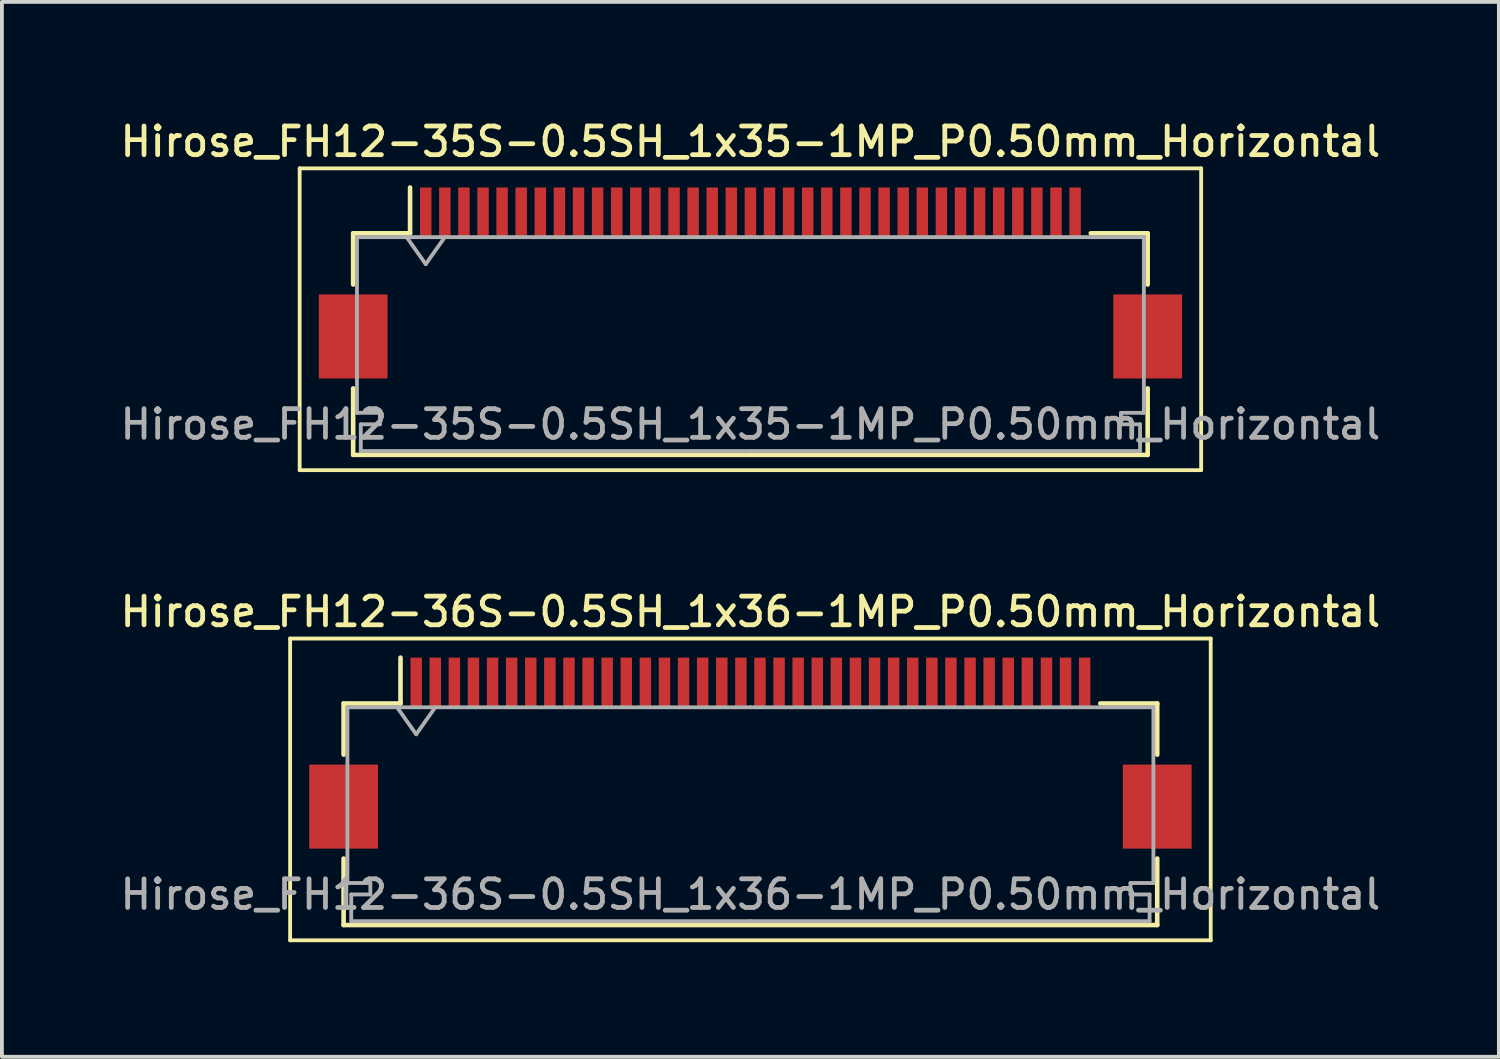
<source format=kicad_pcb>
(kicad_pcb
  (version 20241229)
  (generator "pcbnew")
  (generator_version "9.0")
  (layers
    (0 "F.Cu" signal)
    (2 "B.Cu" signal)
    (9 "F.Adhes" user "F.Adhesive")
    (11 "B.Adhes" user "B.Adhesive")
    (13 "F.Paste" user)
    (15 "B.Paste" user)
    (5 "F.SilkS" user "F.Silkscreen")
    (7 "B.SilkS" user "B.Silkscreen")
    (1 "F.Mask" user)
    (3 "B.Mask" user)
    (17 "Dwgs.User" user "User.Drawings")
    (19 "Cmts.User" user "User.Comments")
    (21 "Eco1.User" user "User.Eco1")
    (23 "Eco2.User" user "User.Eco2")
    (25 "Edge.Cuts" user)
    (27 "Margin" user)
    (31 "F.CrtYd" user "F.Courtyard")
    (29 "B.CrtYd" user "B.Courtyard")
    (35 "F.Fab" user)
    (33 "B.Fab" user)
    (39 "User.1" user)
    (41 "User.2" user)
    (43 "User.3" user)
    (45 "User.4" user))
  (footprint "Hirose_FH12-36S-0.5SH_1x36-1MP_P0.50mm_Horizontal"
    (layer "F.Cu")
    (at 16.595 16.666)
    (property "Reference" "Hirose_FH12-36S-0.5SH_1x36-1MP_P0.50mm_Horizontal" (at 0 -3.7 0) (layer "F.SilkS") (effects (font (size 0.75 0.75) (thickness 0.125))))
    (attr smd)
    (fp_line (start -12.05 -3) (end -12.05 4.9) (stroke (width 0.1) (type solid)) (layer "F.SilkS"))
    (fp_line (start -12.05 4.9) (end 12.05 4.9) (stroke (width 0.1) (type solid)) (layer "F.SilkS"))
    (fp_line (start -10.65 -1.3) (end -10.65 0.04) (stroke (width 0.12) (type solid)) (layer "F.SilkS"))
    (fp_line (start -10.65 2.76) (end -10.65 4.5) (stroke (width 0.12) (type solid)) (layer "F.SilkS"))
    (fp_line (start -10.65 4.5) (end 10.65 4.5) (stroke (width 0.12) (type solid)) (layer "F.SilkS"))
    (fp_line (start -9.16 -1.3) (end -10.65 -1.3) (stroke (width 0.12) (type solid)) (layer "F.SilkS"))
    (fp_line (start -9.16 -1.3) (end -9.16 -2.5) (stroke (width 0.12) (type solid)) (layer "F.SilkS"))
    (fp_line (start 9.16 -1.3) (end 10.65 -1.3) (stroke (width 0.12) (type solid)) (layer "F.SilkS"))
    (fp_line (start 10.65 -1.3) (end 10.65 0.04) (stroke (width 0.12) (type solid)) (layer "F.SilkS"))
    (fp_line (start 10.65 4.5) (end 10.65 2.76) (stroke (width 0.12) (type solid)) (layer "F.SilkS"))
    (fp_line (start 12.05 -3) (end -12.05 -3) (stroke (width 0.1) (type solid)) (layer "F.SilkS"))
    (fp_line (start 12.05 4.9) (end 12.05 -3) (stroke (width 0.1) (type solid)) (layer "F.SilkS"))
    (fp_line (start -10.55 -1.2) (end -10.55 3.4) (stroke (width 0.1) (type solid)) (layer "F.Fab"))
    (fp_line (start -10.55 3.4) (end -9.95 3.4) (stroke (width 0.1) (type solid)) (layer "F.Fab"))
    (fp_line (start -10.45 3.7) (end -10.45 4.4) (stroke (width 0.1) (type solid)) (layer "F.Fab"))
    (fp_line (start -10.45 4.4) (end 0 4.4) (stroke (width 0.1) (type solid)) (layer "F.Fab"))
    (fp_line (start -9.95 3.4) (end -9.95 3.7) (stroke (width 0.1) (type solid)) (layer "F.Fab"))
    (fp_line (start -9.95 3.7) (end -10.45 3.7) (stroke (width 0.1) (type solid)) (layer "F.Fab"))
    (fp_line (start -9.25 -1.2) (end -8.75 -0.493) (stroke (width 0.1) (type solid)) (layer "F.Fab"))
    (fp_line (start -8.75 -0.493) (end -8.25 -1.2) (stroke (width 0.1) (type solid)) (layer "F.Fab"))
    (fp_line (start 0 -1.2) (end -10.55 -1.2) (stroke (width 0.1) (type solid)) (layer "F.Fab"))
    (fp_line (start 0 -1.2) (end 10.55 -1.2) (stroke (width 0.1) (type solid)) (layer "F.Fab"))
    (fp_line (start 9.95 3.4) (end 9.95 3.7) (stroke (width 0.1) (type solid)) (layer "F.Fab"))
    (fp_line (start 9.95 3.7) (end 10.45 3.7) (stroke (width 0.1) (type solid)) (layer "F.Fab"))
    (fp_line (start 10.45 3.7) (end 10.45 4.4) (stroke (width 0.1) (type solid)) (layer "F.Fab"))
    (fp_line (start 10.45 4.4) (end 0 4.4) (stroke (width 0.1) (type solid)) (layer "F.Fab"))
    (fp_line (start 10.55 -1.2) (end 10.55 3.4) (stroke (width 0.1) (type solid)) (layer "F.Fab"))
    (fp_line (start 10.55 3.4) (end 9.95 3.4) (stroke (width 0.1) (type solid)) (layer "F.Fab"))
    (fp_text user "${REFERENCE}" (at 0 3.7 0) (layer "F.Fab") (effects (font (size 0.75 0.75) (thickness 0.125))))
    (pad "1" smd rect (at -8.75 -1.85) (size 0.3 1.3) (layers "F.Cu" "F.Mask" "F.Paste"))
    (pad "2" smd rect (at -8.25 -1.85) (size 0.3 1.3) (layers "F.Cu" "F.Mask" "F.Paste"))
    (pad "3" smd rect (at -7.75 -1.85) (size 0.3 1.3) (layers "F.Cu" "F.Mask" "F.Paste"))
    (pad "4" smd rect (at -7.25 -1.85) (size 0.3 1.3) (layers "F.Cu" "F.Mask" "F.Paste"))
    (pad "5" smd rect (at -6.75 -1.85) (size 0.3 1.3) (layers "F.Cu" "F.Mask" "F.Paste"))
    (pad "6" smd rect (at -6.25 -1.85) (size 0.3 1.3) (layers "F.Cu" "F.Mask" "F.Paste"))
    (pad "7" smd rect (at -5.75 -1.85) (size 0.3 1.3) (layers "F.Cu" "F.Mask" "F.Paste"))
    (pad "8" smd rect (at -5.25 -1.85) (size 0.3 1.3) (layers "F.Cu" "F.Mask" "F.Paste"))
    (pad "9" smd rect (at -4.75 -1.85) (size 0.3 1.3) (layers "F.Cu" "F.Mask" "F.Paste"))
    (pad "10" smd rect (at -4.25 -1.85) (size 0.3 1.3) (layers "F.Cu" "F.Mask" "F.Paste"))
    (pad "11" smd rect (at -3.75 -1.85) (size 0.3 1.3) (layers "F.Cu" "F.Mask" "F.Paste"))
    (pad "12" smd rect (at -3.25 -1.85) (size 0.3 1.3) (layers "F.Cu" "F.Mask" "F.Paste"))
    (pad "13" smd rect (at -2.75 -1.85) (size 0.3 1.3) (layers "F.Cu" "F.Mask" "F.Paste"))
    (pad "14" smd rect (at -2.25 -1.85) (size 0.3 1.3) (layers "F.Cu" "F.Mask" "F.Paste"))
    (pad "15" smd rect (at -1.75 -1.85) (size 0.3 1.3) (layers "F.Cu" "F.Mask" "F.Paste"))
    (pad "16" smd rect (at -1.25 -1.85) (size 0.3 1.3) (layers "F.Cu" "F.Mask" "F.Paste"))
    (pad "17" smd rect (at -0.75 -1.85) (size 0.3 1.3) (layers "F.Cu" "F.Mask" "F.Paste"))
    (pad "18" smd rect (at -0.25 -1.85) (size 0.3 1.3) (layers "F.Cu" "F.Mask" "F.Paste"))
    (pad "19" smd rect (at 0.25 -1.85) (size 0.3 1.3) (layers "F.Cu" "F.Mask" "F.Paste"))
    (pad "20" smd rect (at 0.75 -1.85) (size 0.3 1.3) (layers "F.Cu" "F.Mask" "F.Paste"))
    (pad "21" smd rect (at 1.25 -1.85) (size 0.3 1.3) (layers "F.Cu" "F.Mask" "F.Paste"))
    (pad "22" smd rect (at 1.75 -1.85) (size 0.3 1.3) (layers "F.Cu" "F.Mask" "F.Paste"))
    (pad "23" smd rect (at 2.25 -1.85) (size 0.3 1.3) (layers "F.Cu" "F.Mask" "F.Paste"))
    (pad "24" smd rect (at 2.75 -1.85) (size 0.3 1.3) (layers "F.Cu" "F.Mask" "F.Paste"))
    (pad "25" smd rect (at 3.25 -1.85) (size 0.3 1.3) (layers "F.Cu" "F.Mask" "F.Paste"))
    (pad "26" smd rect (at 3.75 -1.85) (size 0.3 1.3) (layers "F.Cu" "F.Mask" "F.Paste"))
    (pad "27" smd rect (at 4.25 -1.85) (size 0.3 1.3) (layers "F.Cu" "F.Mask" "F.Paste"))
    (pad "28" smd rect (at 4.75 -1.85) (size 0.3 1.3) (layers "F.Cu" "F.Mask" "F.Paste"))
    (pad "29" smd rect (at 5.25 -1.85) (size 0.3 1.3) (layers "F.Cu" "F.Mask" "F.Paste"))
    (pad "30" smd rect (at 5.75 -1.85) (size 0.3 1.3) (layers "F.Cu" "F.Mask" "F.Paste"))
    (pad "31" smd rect (at 6.25 -1.85) (size 0.3 1.3) (layers "F.Cu" "F.Mask" "F.Paste"))
    (pad "32" smd rect (at 6.75 -1.85) (size 0.3 1.3) (layers "F.Cu" "F.Mask" "F.Paste"))
    (pad "33" smd rect (at 7.25 -1.85) (size 0.3 1.3) (layers "F.Cu" "F.Mask" "F.Paste"))
    (pad "34" smd rect (at 7.75 -1.85) (size 0.3 1.3) (layers "F.Cu" "F.Mask" "F.Paste"))
    (pad "35" smd rect (at 8.25 -1.85) (size 0.3 1.3) (layers "F.Cu" "F.Mask" "F.Paste"))
    (pad "36" smd rect (at 8.75 -1.85) (size 0.3 1.3) (layers "F.Cu" "F.Mask" "F.Paste"))
    (pad "MP" smd rect (at -10.65 1.4) (size 1.8 2.2) (layers "F.Cu" "F.Mask" "F.Paste"))
    (pad "MP" smd rect (at 10.65 1.4) (size 1.8 2.2) (layers "F.Cu" "F.Mask" "F.Paste")))
  (footprint "Hirose_FH12-35S-0.5SH_1x35-1MP_P0.50mm_Horizontal"
    (layer "F.Cu")
    (at 16.595 4.358)
    (property "Reference" "Hirose_FH12-35S-0.5SH_1x35-1MP_P0.50mm_Horizontal" (at 0 -3.7 0) (layer "F.SilkS") (effects (font (size 0.75 0.75) (thickness 0.125))))
    (attr smd)
    (fp_line (start -11.8 -3) (end -11.8 4.9) (stroke (width 0.1) (type solid)) (layer "F.SilkS"))
    (fp_line (start -11.8 4.9) (end 11.8 4.9) (stroke (width 0.1) (type solid)) (layer "F.SilkS"))
    (fp_line (start -10.4 -1.3) (end -10.4 0.04) (stroke (width 0.12) (type solid)) (layer "F.SilkS"))
    (fp_line (start -10.4 2.76) (end -10.4 4.5) (stroke (width 0.12) (type solid)) (layer "F.SilkS"))
    (fp_line (start -10.4 4.5) (end 10.4 4.5) (stroke (width 0.12) (type solid)) (layer "F.SilkS"))
    (fp_line (start -8.91 -1.3) (end -10.4 -1.3) (stroke (width 0.12) (type solid)) (layer "F.SilkS"))
    (fp_line (start -8.91 -1.3) (end -8.91 -2.5) (stroke (width 0.12) (type solid)) (layer "F.SilkS"))
    (fp_line (start 8.91 -1.3) (end 10.4 -1.3) (stroke (width 0.12) (type solid)) (layer "F.SilkS"))
    (fp_line (start 10.4 -1.3) (end 10.4 0.04) (stroke (width 0.12) (type solid)) (layer "F.SilkS"))
    (fp_line (start 10.4 4.5) (end 10.4 2.76) (stroke (width 0.12) (type solid)) (layer "F.SilkS"))
    (fp_line (start 11.8 -3) (end -11.8 -3) (stroke (width 0.1) (type solid)) (layer "F.SilkS"))
    (fp_line (start 11.8 4.9) (end 11.8 -3) (stroke (width 0.1) (type solid)) (layer "F.SilkS"))
    (fp_line (start -10.3 -1.2) (end -10.3 3.4) (stroke (width 0.1) (type solid)) (layer "F.Fab"))
    (fp_line (start -10.3 3.4) (end -9.7 3.4) (stroke (width 0.1) (type solid)) (layer "F.Fab"))
    (fp_line (start -10.2 3.7) (end -10.2 4.4) (stroke (width 0.1) (type solid)) (layer "F.Fab"))
    (fp_line (start -10.2 4.4) (end 0 4.4) (stroke (width 0.1) (type solid)) (layer "F.Fab"))
    (fp_line (start -9.7 3.4) (end -9.7 3.7) (stroke (width 0.1) (type solid)) (layer "F.Fab"))
    (fp_line (start -9.7 3.7) (end -10.2 3.7) (stroke (width 0.1) (type solid)) (layer "F.Fab"))
    (fp_line (start -9 -1.2) (end -8.5 -0.493) (stroke (width 0.1) (type solid)) (layer "F.Fab"))
    (fp_line (start -8.5 -0.493) (end -8 -1.2) (stroke (width 0.1) (type solid)) (layer "F.Fab"))
    (fp_line (start 0 -1.2) (end -10.3 -1.2) (stroke (width 0.1) (type solid)) (layer "F.Fab"))
    (fp_line (start 0 -1.2) (end 10.3 -1.2) (stroke (width 0.1) (type solid)) (layer "F.Fab"))
    (fp_line (start 9.7 3.4) (end 9.7 3.7) (stroke (width 0.1) (type solid)) (layer "F.Fab"))
    (fp_line (start 9.7 3.7) (end 10.2 3.7) (stroke (width 0.1) (type solid)) (layer "F.Fab"))
    (fp_line (start 10.2 3.7) (end 10.2 4.4) (stroke (width 0.1) (type solid)) (layer "F.Fab"))
    (fp_line (start 10.2 4.4) (end 0 4.4) (stroke (width 0.1) (type solid)) (layer "F.Fab"))
    (fp_line (start 10.3 -1.2) (end 10.3 3.4) (stroke (width 0.1) (type solid)) (layer "F.Fab"))
    (fp_line (start 10.3 3.4) (end 9.7 3.4) (stroke (width 0.1) (type solid)) (layer "F.Fab"))
    (fp_text user "${REFERENCE}" (at 0 3.7 0) (layer "F.Fab") (effects (font (size 0.75 0.75) (thickness 0.125))))
    (pad "1" smd rect (at -8.5 -1.85) (size 0.3 1.3) (layers "F.Cu" "F.Mask" "F.Paste"))
    (pad "2" smd rect (at -8 -1.85) (size 0.3 1.3) (layers "F.Cu" "F.Mask" "F.Paste"))
    (pad "3" smd rect (at -7.5 -1.85) (size 0.3 1.3) (layers "F.Cu" "F.Mask" "F.Paste"))
    (pad "4" smd rect (at -7 -1.85) (size 0.3 1.3) (layers "F.Cu" "F.Mask" "F.Paste"))
    (pad "5" smd rect (at -6.5 -1.85) (size 0.3 1.3) (layers "F.Cu" "F.Mask" "F.Paste"))
    (pad "6" smd rect (at -6 -1.85) (size 0.3 1.3) (layers "F.Cu" "F.Mask" "F.Paste"))
    (pad "7" smd rect (at -5.5 -1.85) (size 0.3 1.3) (layers "F.Cu" "F.Mask" "F.Paste"))
    (pad "8" smd rect (at -5 -1.85) (size 0.3 1.3) (layers "F.Cu" "F.Mask" "F.Paste"))
    (pad "9" smd rect (at -4.5 -1.85) (size 0.3 1.3) (layers "F.Cu" "F.Mask" "F.Paste"))
    (pad "10" smd rect (at -4 -1.85) (size 0.3 1.3) (layers "F.Cu" "F.Mask" "F.Paste"))
    (pad "11" smd rect (at -3.5 -1.85) (size 0.3 1.3) (layers "F.Cu" "F.Mask" "F.Paste"))
    (pad "12" smd rect (at -3 -1.85) (size 0.3 1.3) (layers "F.Cu" "F.Mask" "F.Paste"))
    (pad "13" smd rect (at -2.5 -1.85) (size 0.3 1.3) (layers "F.Cu" "F.Mask" "F.Paste"))
    (pad "14" smd rect (at -2 -1.85) (size 0.3 1.3) (layers "F.Cu" "F.Mask" "F.Paste"))
    (pad "15" smd rect (at -1.5 -1.85) (size 0.3 1.3) (layers "F.Cu" "F.Mask" "F.Paste"))
    (pad "16" smd rect (at -1 -1.85) (size 0.3 1.3) (layers "F.Cu" "F.Mask" "F.Paste"))
    (pad "17" smd rect (at -0.5 -1.85) (size 0.3 1.3) (layers "F.Cu" "F.Mask" "F.Paste"))
    (pad "18" smd rect (at 0 -1.85) (size 0.3 1.3) (layers "F.Cu" "F.Mask" "F.Paste"))
    (pad "19" smd rect (at 0.5 -1.85) (size 0.3 1.3) (layers "F.Cu" "F.Mask" "F.Paste"))
    (pad "20" smd rect (at 1 -1.85) (size 0.3 1.3) (layers "F.Cu" "F.Mask" "F.Paste"))
    (pad "21" smd rect (at 1.5 -1.85) (size 0.3 1.3) (layers "F.Cu" "F.Mask" "F.Paste"))
    (pad "22" smd rect (at 2 -1.85) (size 0.3 1.3) (layers "F.Cu" "F.Mask" "F.Paste"))
    (pad "23" smd rect (at 2.5 -1.85) (size 0.3 1.3) (layers "F.Cu" "F.Mask" "F.Paste"))
    (pad "24" smd rect (at 3 -1.85) (size 0.3 1.3) (layers "F.Cu" "F.Mask" "F.Paste"))
    (pad "25" smd rect (at 3.5 -1.85) (size 0.3 1.3) (layers "F.Cu" "F.Mask" "F.Paste"))
    (pad "26" smd rect (at 4 -1.85) (size 0.3 1.3) (layers "F.Cu" "F.Mask" "F.Paste"))
    (pad "27" smd rect (at 4.5 -1.85) (size 0.3 1.3) (layers "F.Cu" "F.Mask" "F.Paste"))
    (pad "28" smd rect (at 5 -1.85) (size 0.3 1.3) (layers "F.Cu" "F.Mask" "F.Paste"))
    (pad "29" smd rect (at 5.5 -1.85) (size 0.3 1.3) (layers "F.Cu" "F.Mask" "F.Paste"))
    (pad "30" smd rect (at 6 -1.85) (size 0.3 1.3) (layers "F.Cu" "F.Mask" "F.Paste"))
    (pad "31" smd rect (at 6.5 -1.85) (size 0.3 1.3) (layers "F.Cu" "F.Mask" "F.Paste"))
    (pad "32" smd rect (at 7 -1.85) (size 0.3 1.3) (layers "F.Cu" "F.Mask" "F.Paste"))
    (pad "33" smd rect (at 7.5 -1.85) (size 0.3 1.3) (layers "F.Cu" "F.Mask" "F.Paste"))
    (pad "34" smd rect (at 8 -1.85) (size 0.3 1.3) (layers "F.Cu" "F.Mask" "F.Paste"))
    (pad "35" smd rect (at 8.5 -1.85) (size 0.3 1.3) (layers "F.Cu" "F.Mask" "F.Paste"))
    (pad "MP" smd rect (at -10.4 1.4) (size 1.8 2.2) (layers "F.Cu" "F.Mask" "F.Paste"))
    (pad "MP" smd rect (at 10.4 1.4) (size 1.8 2.2) (layers "F.Cu" "F.Mask" "F.Paste")))
  (gr_rect
    (start -3 -3)
    (end 36.189 24.616)
    (stroke (width 0.1) (type default))
    (fill no)
    (layer "Edge.Cuts")))
</source>
